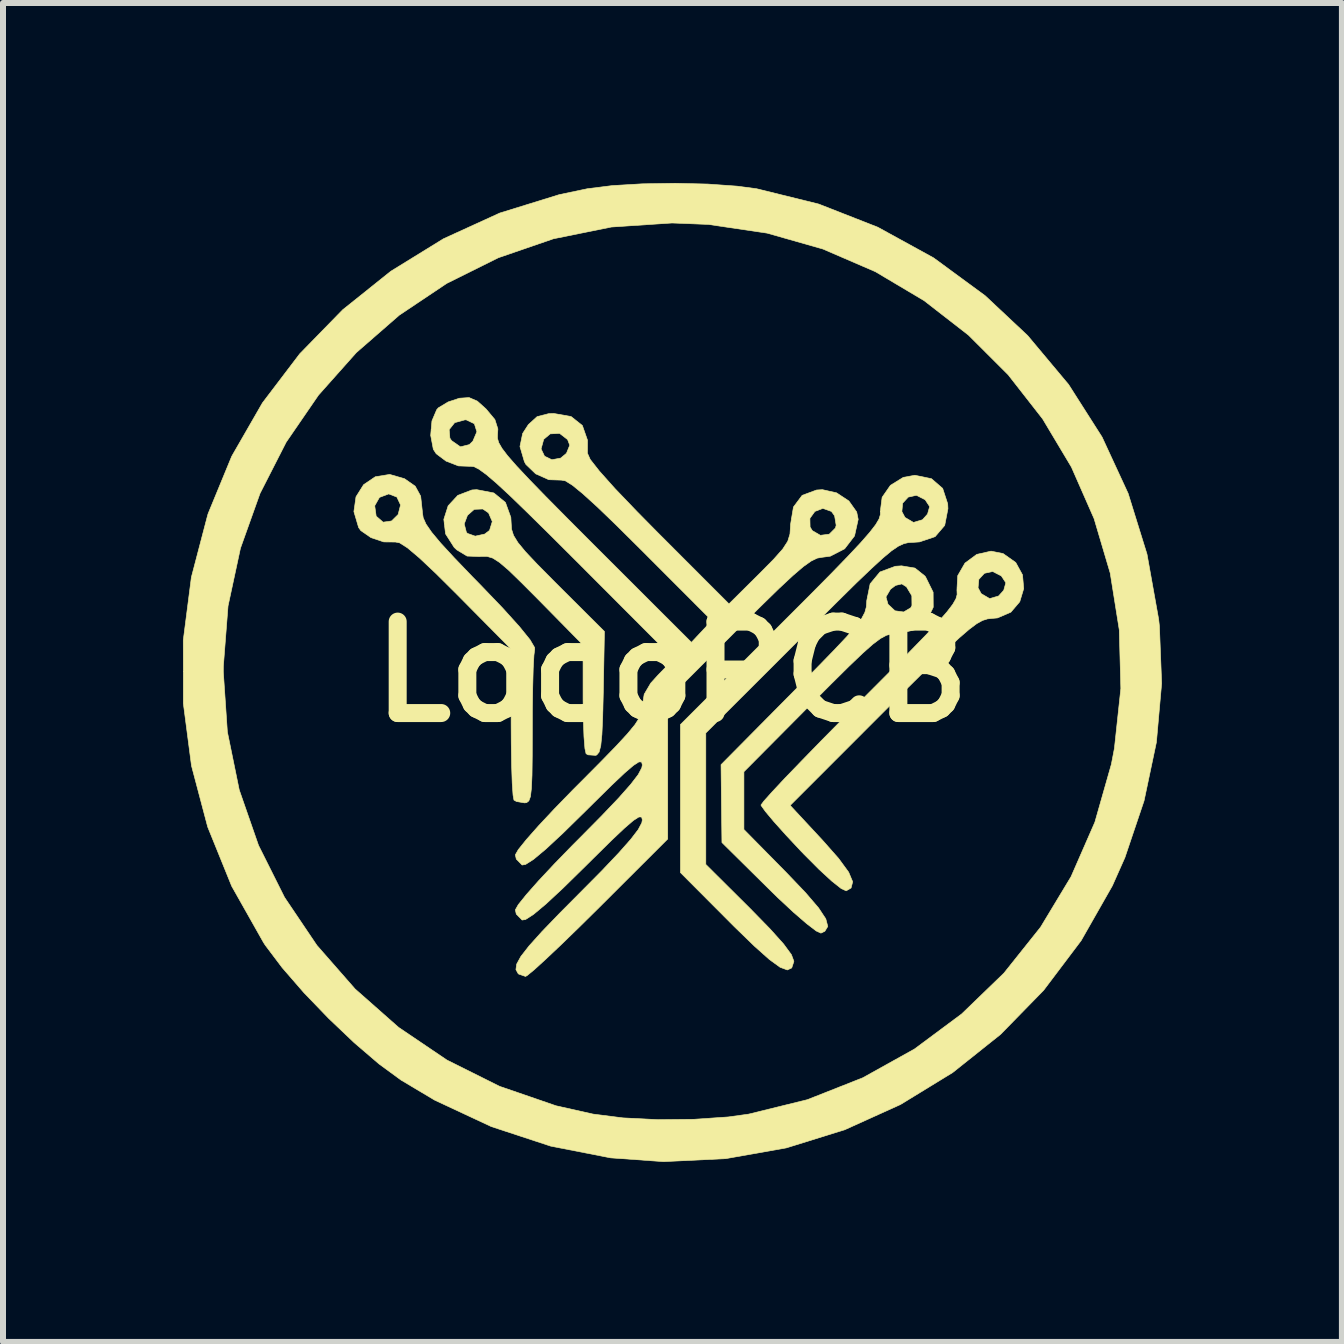
<source format=kicad_pcb>
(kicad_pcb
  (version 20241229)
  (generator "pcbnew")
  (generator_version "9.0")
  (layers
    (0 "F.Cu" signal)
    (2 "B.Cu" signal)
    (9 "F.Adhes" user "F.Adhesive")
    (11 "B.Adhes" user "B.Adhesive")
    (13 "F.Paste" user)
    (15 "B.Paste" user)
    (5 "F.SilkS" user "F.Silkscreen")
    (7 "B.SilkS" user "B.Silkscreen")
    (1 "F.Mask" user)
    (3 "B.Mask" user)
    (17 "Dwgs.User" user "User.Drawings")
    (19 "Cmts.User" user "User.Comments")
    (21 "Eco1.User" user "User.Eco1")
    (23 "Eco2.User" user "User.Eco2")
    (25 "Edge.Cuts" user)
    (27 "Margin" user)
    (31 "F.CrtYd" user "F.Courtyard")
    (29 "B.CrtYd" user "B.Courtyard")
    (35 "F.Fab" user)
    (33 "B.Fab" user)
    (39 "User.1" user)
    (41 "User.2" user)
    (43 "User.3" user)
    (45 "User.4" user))
  (footprint "LocoPCB"
    (layer "F.Cu")
    (at 8.151 8.146)
    (property "Reference" "LocoPCB" (at 0 0 0) (layer "F.SilkS") (effects (font (size 1.524 1.524) (thickness 0.3))))
    (attr through_hole)
    (fp_poly (pts (xy -2.969 -2.979) (xy -2.776 -2.821) (xy -2.686 -2.572) (xy -2.681 -2.483) (xy -2.674 -2.375) (xy -2.641 -2.271) (xy -2.568 -2.152) (xy -2.441 -1.998) (xy -2.244 -1.789) (xy -1.963 -1.505) (xy -1.903 -1.445) (xy -1.126 -0.67) (xy -1.145 0.352) (xy -1.155 0.76) (xy -1.168 1.047) (xy -1.187 1.234) (xy -1.215 1.341) (xy -1.254 1.388) (xy -1.273 1.395) (xy -1.399 1.386) (xy -1.432 1.367) (xy -1.451 1.281) (xy -1.467 1.083) (xy -1.477 0.801) (xy -1.482 0.465) (xy -1.482 0.436) (xy -1.482 -0.444) (xy -2.222 -1.196) (xy -2.511 -1.486) (xy -2.721 -1.69) (xy -2.873 -1.82) (xy -2.987 -1.893) (xy -3.083 -1.922) (xy -3.179 -1.922) (xy -3.206 -1.919) (xy -3.415 -1.927) (xy -3.586 -2.03) (xy -3.63 -2.071) (xy -3.774 -2.297) (xy -3.794 -2.463) (xy -3.463 -2.463) (xy -3.427 -2.324) (xy -3.41 -2.305) (xy -3.28 -2.259) (xy -3.121 -2.294) (xy -3.041 -2.355) (xy -2.995 -2.503) (xy -3.058 -2.647) (xy -3.154 -2.712) (xy -3.296 -2.706) (xy -3.409 -2.606) (xy -3.463 -2.463) (xy -3.794 -2.463) (xy -3.803 -2.539) (xy -3.731 -2.765) (xy -3.57 -2.939) (xy -3.334 -3.029) (xy -3.254 -3.034) (xy -2.969 -2.979)) (stroke (width 0.01) (type solid)) (fill yes) (layer "F.SilkS"))
    (fp_poly (pts (xy 4.05 -1.727) (xy 4.215 -1.595) (xy 4.228 -1.578) (xy 4.353 -1.325) (xy 4.355 -1.074) (xy 4.249 -0.855) (xy 4.051 -0.699) (xy 3.775 -0.635) (xy 3.758 -0.635) (xy 3.666 -0.63) (xy 3.576 -0.607) (xy 3.475 -0.553) (xy 3.347 -0.457) (xy 3.177 -0.306) (xy 2.95 -0.089) (xy 2.651 0.207) (xy 2.343 0.516) (xy 1.199 1.668) (xy 1.199 2.631) (xy 1.912 3.355) (xy 2.228 3.686) (xy 2.443 3.937) (xy 2.564 4.12) (xy 2.597 4.246) (xy 2.548 4.327) (xy 2.483 4.358) (xy 2.404 4.322) (xy 2.245 4.2) (xy 2.026 4.011) (xy 1.767 3.77) (xy 1.612 3.618) (xy 0.833 2.848) (xy 0.825 2.199) (xy 0.818 1.55) (xy 2.032 0.324) (xy 2.411 -0.06) (xy 2.701 -0.358) (xy 2.916 -0.586) (xy 3.065 -0.757) (xy 3.161 -0.886) (xy 3.215 -0.988) (xy 3.239 -1.076) (xy 3.246 -1.166) (xy 3.246 -1.18) (xy 3.259 -1.246) (xy 3.567 -1.246) (xy 3.601 -1.124) (xy 3.717 -1.015) (xy 3.862 -0.995) (xy 3.98 -1.065) (xy 4 -1.103) (xy 3.998 -1.265) (xy 3.909 -1.414) (xy 3.831 -1.463) (xy 3.727 -1.438) (xy 3.642 -1.374) (xy 3.567 -1.246) (xy 3.259 -1.246) (xy 3.303 -1.464) (xy 3.467 -1.662) (xy 3.723 -1.757) (xy 3.827 -1.764) (xy 4.05 -1.727)) (stroke (width 0.01) (type solid)) (fill yes) (layer "F.SilkS"))
    (fp_poly (pts (xy 4.325 -3.217) (xy 4.512 -3.055) (xy 4.596 -2.798) (xy 4.6 -2.716) (xy 4.546 -2.438) (xy 4.386 -2.251) (xy 4.126 -2.163) (xy 4.025 -2.156) (xy 3.942 -2.152) (xy 3.862 -2.133) (xy 3.772 -2.091) (xy 3.66 -2.015) (xy 3.515 -1.894) (xy 3.323 -1.718) (xy 3.072 -1.478) (xy 2.752 -1.162) (xy 2.349 -0.761) (xy 2.153 -0.565) (xy 0.564 1.022) (xy 0.564 3.213) (xy 1.307 3.952) (xy 1.635 4.288) (xy 1.861 4.54) (xy 1.991 4.717) (xy 2.031 4.825) (xy 2.031 4.832) (xy 1.996 4.938) (xy 1.923 4.972) (xy 1.802 4.927) (xy 1.623 4.797) (xy 1.374 4.575) (xy 1.044 4.255) (xy 0.97 4.181) (xy 0.141 3.349) (xy 0.141 0.881) (xy 1.822 -0.799) (xy 2.28 -1.257) (xy 2.647 -1.628) (xy 2.932 -1.922) (xy 3.146 -2.15) (xy 3.297 -2.323) (xy 3.396 -2.451) (xy 3.452 -2.546) (xy 3.474 -2.619) (xy 3.473 -2.669) (xy 3.832 -2.669) (xy 3.884 -2.571) (xy 4.025 -2.488) (xy 4.175 -2.532) (xy 4.26 -2.627) (xy 4.295 -2.752) (xy 4.22 -2.866) (xy 4.075 -2.94) (xy 3.938 -2.91) (xy 3.845 -2.809) (xy 3.832 -2.669) (xy 3.473 -2.669) (xy 3.473 -2.674) (xy 3.503 -2.907) (xy 3.642 -3.107) (xy 3.856 -3.239) (xy 4.049 -3.274) (xy 4.325 -3.217)) (stroke (width 0.01) (type solid)) (fill yes) (layer "F.SilkS"))
    (fp_poly (pts (xy -4.459 -3.217) (xy -4.28 -3.092) (xy -4.189 -2.926) (xy -4.161 -2.671) (xy -4.161 -2.658) (xy -4.147 -2.566) (xy -4.1 -2.46) (xy -4.007 -2.325) (xy -3.856 -2.144) (xy -3.632 -1.901) (xy -3.325 -1.581) (xy -3.203 -1.457) (xy -2.823 -1.061) (xy -2.543 -0.751) (xy -2.365 -0.531) (xy -2.289 -0.401) (xy -2.288 -0.375) (xy -2.301 -0.273) (xy -2.313 -0.055) (xy -2.321 0.254) (xy -2.327 0.628) (xy -2.328 0.958) (xy -2.329 1.402) (xy -2.333 1.725) (xy -2.343 1.945) (xy -2.359 2.081) (xy -2.386 2.154) (xy -2.423 2.183) (xy -2.458 2.187) (xy -2.592 2.164) (xy -2.634 2.14) (xy -2.649 2.058) (xy -2.663 1.858) (xy -2.673 1.564) (xy -2.679 1.2) (xy -2.681 0.859) (xy -2.681 -0.376) (xy -3.581 -1.285) (xy -3.938 -1.64) (xy -4.211 -1.897) (xy -4.409 -2.064) (xy -4.541 -2.148) (xy -4.609 -2.161) (xy -4.804 -2.163) (xy -5.018 -2.235) (xy -5.186 -2.351) (xy -5.223 -2.402) (xy -5.302 -2.669) (xy -5.288 -2.766) (xy -4.955 -2.766) (xy -4.931 -2.595) (xy -4.928 -2.59) (xy -4.815 -2.492) (xy -4.674 -2.512) (xy -4.565 -2.619) (xy -4.524 -2.779) (xy -4.586 -2.911) (xy -4.722 -2.963) (xy -4.876 -2.905) (xy -4.955 -2.766) (xy -5.288 -2.766) (xy -5.267 -2.915) (xy -5.14 -3.117) (xy -4.945 -3.249) (xy -4.705 -3.288) (xy -4.459 -3.217)) (stroke (width 0.01) (type solid)) (fill yes) (layer "F.SilkS"))
    (fp_poly (pts (xy 5.519 -1.969) (xy 5.73 -1.82) (xy 5.843 -1.614) (xy 5.863 -1.385) (xy 5.797 -1.166) (xy 5.649 -0.992) (xy 5.426 -0.896) (xy 5.338 -0.888) (xy 5.259 -0.88) (xy 5.177 -0.854) (xy 5.079 -0.8) (xy 4.954 -0.706) (xy 4.788 -0.563) (xy 4.571 -0.36) (xy 4.29 -0.087) (xy 3.933 0.266) (xy 3.525 0.673) (xy 1.97 2.229) (xy 2.507 2.807) (xy 2.778 3.114) (xy 2.945 3.342) (xy 3.012 3.502) (xy 2.985 3.606) (xy 2.904 3.653) (xy 2.822 3.616) (xy 2.664 3.491) (xy 2.451 3.295) (xy 2.2 3.043) (xy 2.148 2.989) (xy 1.905 2.729) (xy 1.702 2.503) (xy 1.557 2.33) (xy 1.487 2.232) (xy 1.484 2.222) (xy 1.532 2.157) (xy 1.668 2.005) (xy 1.881 1.777) (xy 2.16 1.488) (xy 2.492 1.147) (xy 2.866 0.768) (xy 3.135 0.498) (xy 3.587 0.045) (xy 3.949 -0.319) (xy 4.229 -0.607) (xy 4.438 -0.83) (xy 4.585 -0.998) (xy 4.68 -1.122) (xy 4.733 -1.214) (xy 4.753 -1.285) (xy 4.751 -1.346) (xy 4.75 -1.352) (xy 4.752 -1.399) (xy 5.102 -1.399) (xy 5.154 -1.301) (xy 5.295 -1.218) (xy 5.445 -1.262) (xy 5.53 -1.357) (xy 5.565 -1.482) (xy 5.49 -1.596) (xy 5.345 -1.67) (xy 5.208 -1.64) (xy 5.115 -1.539) (xy 5.102 -1.399) (xy 4.752 -1.399) (xy 4.763 -1.6) (xy 4.884 -1.81) (xy 5.08 -1.955) (xy 5.319 -2.009) (xy 5.519 -1.969)) (stroke (width 0.01) (type solid)) (fill yes) (layer "F.SilkS"))
    (fp_poly (pts (xy 0.597 -8.128) (xy 1.087 -8.093) (xy 1.411 -8.05) (xy 2.445 -7.795) (xy 3.43 -7.409) (xy 4.359 -6.899) (xy 5.219 -6.268) (xy 5.928 -5.603) (xy 6.611 -4.787) (xy 7.169 -3.911) (xy 7.604 -2.97) (xy 7.918 -1.959) (xy 8.112 -0.875) (xy 8.125 -0.758) (xy 8.162 0.195) (xy 8.075 1.175) (xy 7.869 2.152) (xy 7.55 3.098) (xy 7.341 3.568) (xy 6.82 4.483) (xy 6.195 5.311) (xy 5.477 6.046) (xy 4.678 6.683) (xy 3.809 7.215) (xy 2.881 7.635) (xy 1.906 7.938) (xy 0.896 8.117) (xy -0.14 8.167) (xy -1.023 8.104) (xy -2.023 7.908) (xy -3.011 7.583) (xy -3.959 7.14) (xy -4.517 6.807) (xy -4.883 6.539) (xy -5.296 6.185) (xy -5.724 5.778) (xy -6.135 5.351) (xy -6.497 4.934) (xy -6.779 4.56) (xy -6.807 4.517) (xy -7.339 3.575) (xy -7.739 2.588) (xy -8.009 1.568) (xy -8.145 0.527) (xy -8.145 0) (xy -7.479 0) (xy -7.411 1.004) (xy -7.213 1.972) (xy -6.892 2.895) (xy -6.458 3.762) (xy -5.918 4.563) (xy -5.282 5.289) (xy -4.557 5.929) (xy -3.751 6.474) (xy -2.873 6.912) (xy -1.932 7.236) (xy -1.317 7.374) (xy -0.815 7.438) (xy -0.233 7.467) (xy 0.371 7.461) (xy 0.94 7.422) (xy 1.278 7.375) (xy 2.257 7.134) (xy 3.181 6.769) (xy 4.042 6.29) (xy 4.829 5.705) (xy 5.533 5.025) (xy 6.144 4.259) (xy 6.652 3.417) (xy 7.049 2.509) (xy 7.324 1.544) (xy 7.375 1.278) (xy 7.482 0.281) (xy 7.456 -0.696) (xy 7.305 -1.643) (xy 7.036 -2.551) (xy 6.658 -3.411) (xy 6.178 -4.214) (xy 5.603 -4.95) (xy 4.942 -5.61) (xy 4.202 -6.185) (xy 3.391 -6.667) (xy 2.516 -7.045) (xy 1.586 -7.31) (xy 0.608 -7.455) (xy 0 -7.479) (xy -1.009 -7.412) (xy -1.976 -7.216) (xy -2.894 -6.9) (xy -3.753 -6.473) (xy -4.545 -5.943) (xy -5.261 -5.319) (xy -5.892 -4.61) (xy -6.431 -3.825) (xy -6.867 -2.971) (xy -7.193 -2.058) (xy -7.4 -1.095) (xy -7.478 -0.089) (xy -7.479 0) (xy -8.145 0) (xy -8.146 -0.524) (xy -8.011 -1.574) (xy -7.739 -2.612) (xy -7.731 -2.637) (xy -7.338 -3.591) (xy -6.826 -4.481) (xy -6.205 -5.298) (xy -5.488 -6.033) (xy -4.686 -6.675) (xy -3.809 -7.216) (xy -2.87 -7.645) (xy -1.878 -7.952) (xy -1.411 -8.05) (xy -0.998 -8.102) (xy -0.494 -8.132) (xy 0.054 -8.141) (xy 0.597 -8.128)) (stroke (width 0.01) (type solid)) (fill yes) (layer "F.SilkS"))
    (fp_poly (pts (xy -3.245 -4.51) (xy -3.1 -4.38) (xy -2.952 -4.203) (xy -2.902 -4.046) (xy -2.908 -3.953) (xy -2.909 -3.89) (xy -2.888 -3.817) (xy -2.834 -3.723) (xy -2.739 -3.598) (xy -2.592 -3.43) (xy -2.383 -3.207) (xy -2.103 -2.919) (xy -1.741 -2.553) (xy -1.307 -2.118) (xy 0.324 -0.489) (xy 0.494 -0.67) (xy 0.664 -0.851) (xy -0.523 -2.04) (xy -0.927 -2.441) (xy -1.245 -2.747) (xy -1.487 -2.967) (xy -1.661 -3.109) (xy -1.777 -3.181) (xy -1.843 -3.193) (xy -2.053 -3.2) (xy -2.272 -3.298) (xy -2.435 -3.455) (xy -2.46 -3.501) (xy -2.522 -3.713) (xy -2.182 -3.713) (xy -2.124 -3.592) (xy -2.002 -3.533) (xy -1.855 -3.56) (xy -1.759 -3.64) (xy -1.704 -3.775) (xy -1.74 -3.869) (xy -1.873 -3.972) (xy -2.03 -3.964) (xy -2.138 -3.873) (xy -2.182 -3.713) (xy -2.522 -3.713) (xy -2.534 -3.753) (xy -2.489 -3.971) (xy -2.394 -4.118) (xy -2.247 -4.252) (xy -2.055 -4.301) (xy -1.97 -4.304) (xy -1.682 -4.253) (xy -1.494 -4.104) (xy -1.408 -3.858) (xy -1.409 -3.641) (xy -1.363 -3.538) (xy -1.21 -3.343) (xy -0.953 -3.055) (xy -0.589 -2.675) (xy -0.237 -2.318) (xy 0.95 -1.13) (xy 1.463 -1.639) (xy 1.696 -1.875) (xy 1.846 -2.044) (xy 1.93 -2.174) (xy 1.967 -2.295) (xy 1.976 -2.436) (xy 1.976 -2.45) (xy 1.993 -2.556) (xy 2.299 -2.556) (xy 2.302 -2.412) (xy 2.339 -2.351) (xy 2.474 -2.273) (xy 2.622 -2.292) (xy 2.724 -2.394) (xy 2.737 -2.44) (xy 2.711 -2.598) (xy 2.658 -2.671) (xy 2.514 -2.722) (xy 2.382 -2.671) (xy 2.299 -2.556) (xy 1.993 -2.556) (xy 2.025 -2.745) (xy 2.17 -2.939) (xy 2.409 -3.028) (xy 2.508 -3.034) (xy 2.744 -2.981) (xy 2.948 -2.846) (xy 3.079 -2.662) (xy 3.104 -2.539) (xy 3.043 -2.263) (xy 2.878 -2.048) (xy 2.639 -1.925) (xy 2.504 -1.907) (xy 2.422 -1.893) (xy 2.322 -1.845) (xy 2.19 -1.752) (xy 2.014 -1.601) (xy 1.78 -1.383) (xy 1.474 -1.084) (xy 1.11 -0.722) (xy -0.071 0.46) (xy -0.071 2.789) (xy -1.218 3.934) (xy -1.549 4.261) (xy -1.849 4.552) (xy -2.103 4.792) (xy -2.296 4.968) (xy -2.414 5.065) (xy -2.441 5.08) (xy -2.554 5.041) (xy -2.564 5.033) (xy -2.601 4.966) (xy -2.589 4.875) (xy -2.519 4.747) (xy -2.381 4.57) (xy -2.166 4.331) (xy -1.865 4.019) (xy -1.552 3.704) (xy -1.173 3.322) (xy -0.889 3.023) (xy -0.689 2.797) (xy -0.563 2.633) (xy -0.503 2.52) (xy -0.494 2.471) (xy -0.506 2.422) (xy -0.552 2.422) (xy -0.643 2.48) (xy -0.791 2.607) (xy -1.008 2.812) (xy -1.306 3.106) (xy -1.44 3.239) (xy -1.813 3.605) (xy -2.1 3.872) (xy -2.307 4.045) (xy -2.44 4.131) (xy -2.498 4.14) (xy -2.595 4.041) (xy -2.611 3.97) (xy -2.562 3.884) (xy -2.428 3.717) (xy -2.222 3.484) (xy -1.959 3.203) (xy -1.654 2.889) (xy -1.552 2.787) (xy -1.173 2.404) (xy -0.889 2.106) (xy -0.689 1.88) (xy -0.563 1.716) (xy -0.503 1.602) (xy -0.494 1.554) (xy -0.506 1.505) (xy -0.552 1.504) (xy -0.643 1.563) (xy -0.791 1.69) (xy -1.008 1.895) (xy -1.306 2.189) (xy -1.44 2.322) (xy -1.813 2.688) (xy -2.1 2.955) (xy -2.307 3.128) (xy -2.44 3.213) (xy -2.498 3.223) (xy -2.595 3.124) (xy -2.611 3.053) (xy -2.562 2.967) (xy -2.428 2.8) (xy -2.222 2.567) (xy -1.959 2.286) (xy -1.654 1.972) (xy -1.552 1.87) (xy -1.198 1.514) (xy -0.932 1.241) (xy -0.742 1.035) (xy -0.616 0.882) (xy -0.541 0.765) (xy -0.504 0.67) (xy -0.494 0.58) (xy -0.494 0.568) (xy -0.463 0.376) (xy -0.354 0.191) (xy -0.231 0.055) (xy 0.031 -0.214) (xy -1.589 -1.838) (xy -2.045 -2.293) (xy -2.414 -2.656) (xy -2.704 -2.937) (xy -2.928 -3.144) (xy -3.096 -3.287) (xy -3.217 -3.375) (xy -3.302 -3.418) (xy -3.363 -3.424) (xy -3.37 -3.423) (xy -3.559 -3.43) (xy -3.766 -3.51) (xy -3.93 -3.633) (xy -3.978 -3.707) (xy -4.022 -3.939) (xy -4.014 -4.035) (xy -3.714 -4.035) (xy -3.702 -3.893) (xy -3.674 -3.851) (xy -3.526 -3.748) (xy -3.378 -3.785) (xy -3.319 -3.842) (xy -3.252 -3.999) (xy -3.294 -4.133) (xy -3.428 -4.197) (xy -3.45 -4.198) (xy -3.622 -4.151) (xy -3.714 -4.035) (xy -4.014 -4.035) (xy -4.001 -4.18) (xy -3.922 -4.366) (xy -3.894 -4.398) (xy -3.731 -4.496) (xy -3.544 -4.558) (xy -3.382 -4.569) (xy -3.245 -4.51)) (stroke (width 0.01) (type solid)) (fill yes) (layer "F.SilkS")))
  (gr_rect
    (start -3 -3)
    (end 19.318 19.318)
    (stroke (width 0.1) (type default))
    (fill no)
    (layer "Edge.Cuts")))
</source>
